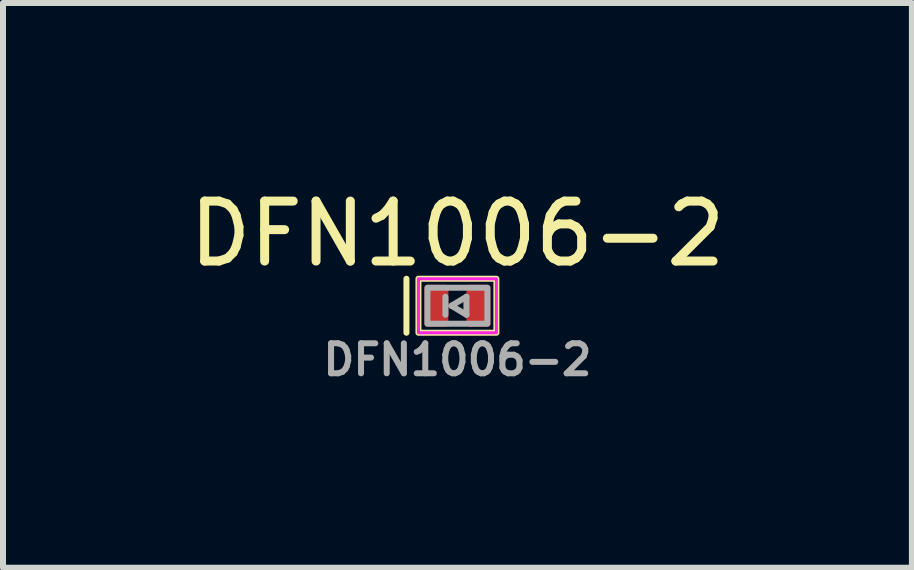
<source format=kicad_pcb>
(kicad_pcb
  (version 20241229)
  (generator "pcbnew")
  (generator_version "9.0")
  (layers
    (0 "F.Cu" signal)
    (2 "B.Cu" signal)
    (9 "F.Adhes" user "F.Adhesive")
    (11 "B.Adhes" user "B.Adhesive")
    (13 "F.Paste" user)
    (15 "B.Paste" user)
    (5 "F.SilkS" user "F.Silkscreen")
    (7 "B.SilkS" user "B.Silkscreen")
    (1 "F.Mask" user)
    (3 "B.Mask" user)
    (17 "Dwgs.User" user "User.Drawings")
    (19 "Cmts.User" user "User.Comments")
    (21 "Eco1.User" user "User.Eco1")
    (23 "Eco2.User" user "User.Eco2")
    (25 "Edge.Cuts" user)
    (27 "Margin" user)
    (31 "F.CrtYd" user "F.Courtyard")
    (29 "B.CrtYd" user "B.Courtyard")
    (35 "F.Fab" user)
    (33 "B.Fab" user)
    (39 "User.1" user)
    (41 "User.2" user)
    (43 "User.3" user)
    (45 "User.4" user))
  (footprint "DFN1006-2"
    (layer "F.Cu")
    (at 4.577 2.048)
    (property "Reference" "DFN1006-2" (at 0 -1.2 0) (layer "F.SilkS") (effects (font (size 1 1) (thickness 0.15))))
    (attr smd)
    (fp_line (start -0.85 -0.45) (end -0.85 0.45) (stroke (width 0.1) (type solid)) (layer "F.SilkS"))
    (fp_rect (start -0.65 -0.45) (end 0.65 0.45) (stroke (width 0.1) (type solid)) (fill no) (layer "F.SilkS"))
    (fp_rect (start -0.65 -0.45) (end 0.65 0.45) (stroke (width 0.05) (type solid)) (fill no) (layer "F.CrtYd"))
    (fp_line (start -0.2 -0.15) (end -0.2 0.15) (stroke (width 0.1) (type solid)) (layer "F.Fab"))
    (fp_line (start -0.1 0) (end 0.15 -0.15) (stroke (width 0.1) (type solid)) (layer "F.Fab"))
    (fp_line (start 0.15 -0.15) (end 0.15 0.15) (stroke (width 0.1) (type solid)) (layer "F.Fab"))
    (fp_line (start 0.15 0.15) (end -0.1 0) (stroke (width 0.1) (type solid)) (layer "F.Fab"))
    (fp_rect (start -0.5 -0.3) (end 0.5 0.3) (stroke (width 0.1) (type solid)) (fill no) (layer "F.Fab"))
    (fp_text user "${REFERENCE}" (at 0 0.9 0) (unlocked yes) (layer "F.Fab") (effects (font (size 0.5 0.5) (thickness 0.1))))
    (pad "1" smd roundrect (at -0.35 0) (size 0.4 0.7) (layers "F.Cu" "F.Mask" "F.Paste") (roundrect_rratio 0.125))
    (pad "2" smd roundrect (at 0.35 0) (size 0.4 0.7) (layers "F.Cu" "F.Mask" "F.Paste") (roundrect_rratio 0.125)))
  (gr_rect
    (start -3 -3)
    (end 12.155 6.416)
    (stroke (width 0.1) (type default))
    (fill no)
    (layer "Edge.Cuts")))
</source>
